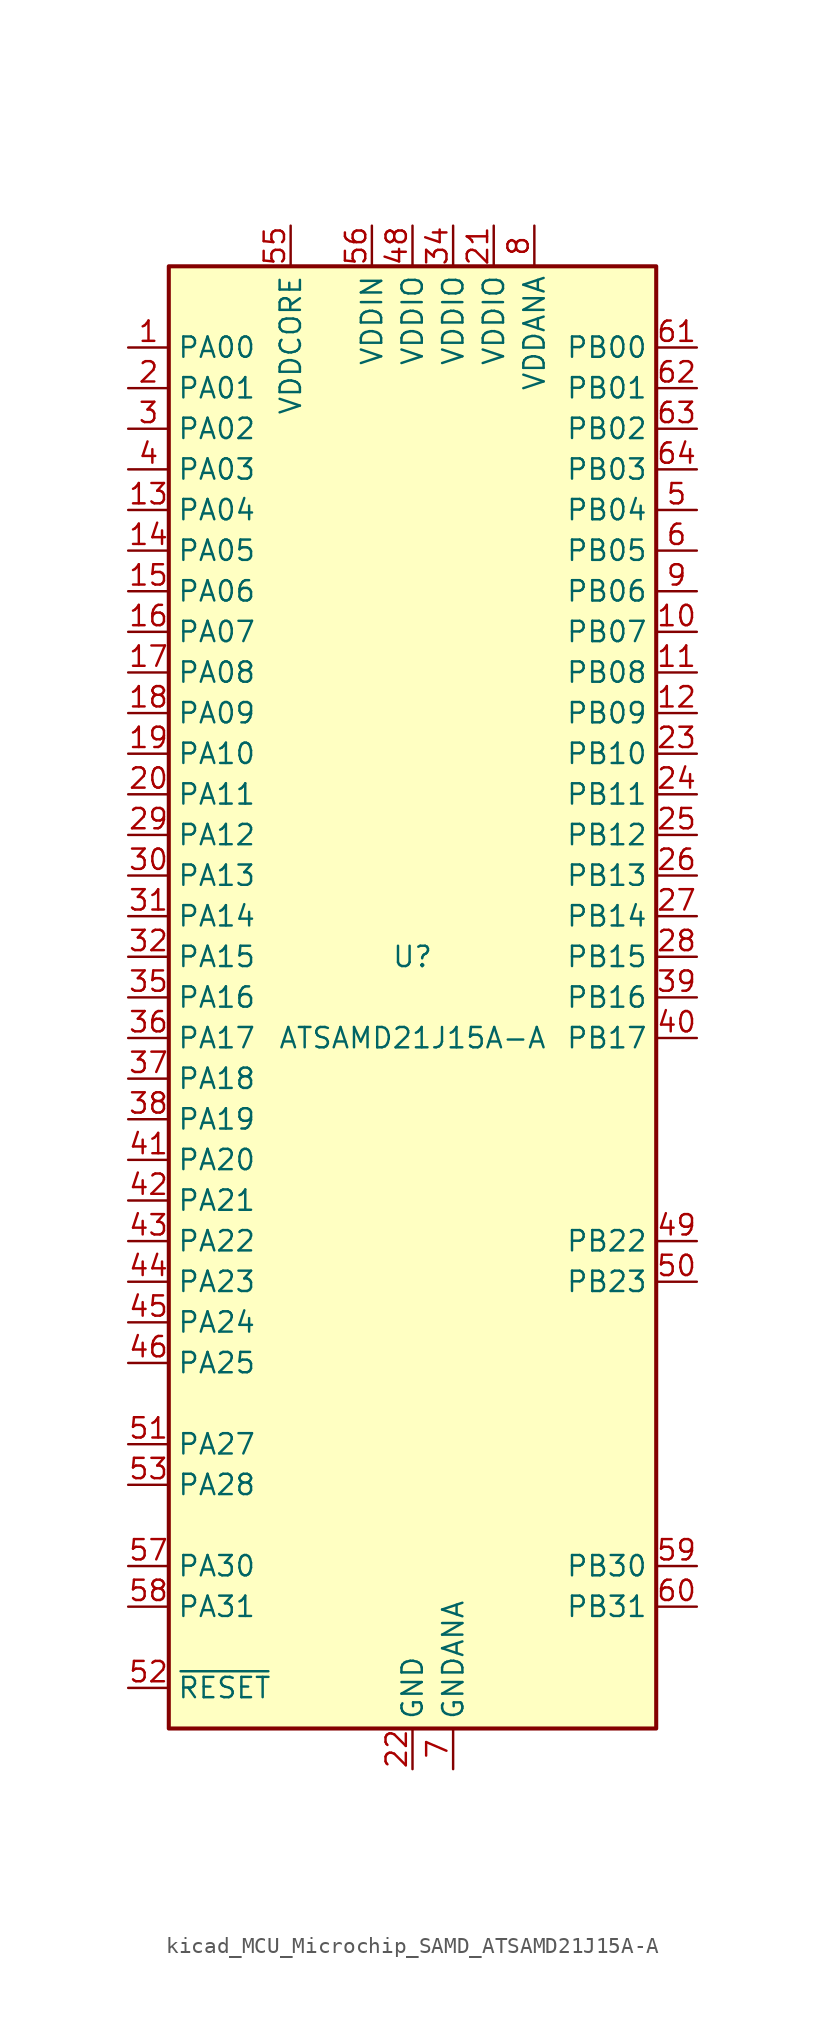
<source format=kicad_sym>
(kicad_symbol_lib
  (version 20220914)
  (generator kicad_symbol_editor)
  (symbol "kicad_MCU_Microchip_SAMD_ATSAMD21J15A-A"
    (property "Reference" "U"
      (at 0 2.54 0)
      (effects (font (size 1.27 1.27))))
    (property "Value" "ATSAMD21J15A-A"
      (at 0 -2.54 0)
      (effects (font (size 1.27 1.27))))
    (symbol "kicad_MCU_Microchip_SAMD_ATSAMD21J15A-A_0_1"
      (rectangle (start -15.24 45.72) (end 15.24 -45.72) (stroke (width 0.254) (type default)) (fill (type background))))
    (symbol "kicad_MCU_Microchip_SAMD_ATSAMD21J15A-A_1_1"
      (pin bidirectional line (at -17.78 40.64 0) (length 2.54) (name "PA00" (effects (font (size 1.27 1.27)))) (number "1" (effects (font (size 1.27 1.27)))))
      (pin bidirectional line (at 17.78 22.86 180) (length 2.54) (name "PB07" (effects (font (size 1.27 1.27)))) (number "10" (effects (font (size 1.27 1.27)))))
      (pin bidirectional line (at 17.78 20.32 180) (length 2.54) (name "PB08" (effects (font (size 1.27 1.27)))) (number "11" (effects (font (size 1.27 1.27)))))
      (pin bidirectional line (at 17.78 17.78 180) (length 2.54) (name "PB09" (effects (font (size 1.27 1.27)))) (number "12" (effects (font (size 1.27 1.27)))))
      (pin bidirectional line (at -17.78 30.48 0) (length 2.54) (name "PA04" (effects (font (size 1.27 1.27)))) (number "13" (effects (font (size 1.27 1.27)))))
      (pin bidirectional line (at -17.78 27.94 0) (length 2.54) (name "PA05" (effects (font (size 1.27 1.27)))) (number "14" (effects (font (size 1.27 1.27)))))
      (pin bidirectional line (at -17.78 25.4 0) (length 2.54) (name "PA06" (effects (font (size 1.27 1.27)))) (number "15" (effects (font (size 1.27 1.27)))))
      (pin bidirectional line (at -17.78 22.86 0) (length 2.54) (name "PA07" (effects (font (size 1.27 1.27)))) (number "16" (effects (font (size 1.27 1.27)))))
      (pin bidirectional line (at -17.78 20.32 0) (length 2.54) (name "PA08" (effects (font (size 1.27 1.27)))) (number "17" (effects (font (size 1.27 1.27)))))
      (pin bidirectional line (at -17.78 17.78 0) (length 2.54) (name "PA09" (effects (font (size 1.27 1.27)))) (number "18" (effects (font (size 1.27 1.27)))))
      (pin bidirectional line (at -17.78 15.24 0) (length 2.54) (name "PA10" (effects (font (size 1.27 1.27)))) (number "19" (effects (font (size 1.27 1.27)))))
      (pin bidirectional line (at -17.78 38.1 0) (length 2.54) (name "PA01" (effects (font (size 1.27 1.27)))) (number "2" (effects (font (size 1.27 1.27)))))
      (pin bidirectional line (at -17.78 12.7 0) (length 2.54) (name "PA11" (effects (font (size 1.27 1.27)))) (number "20" (effects (font (size 1.27 1.27)))))
      (pin power_in line (at 5.08 48.26 270) (length 2.54) (name "VDDIO" (effects (font (size 1.27 1.27)))) (number "21" (effects (font (size 1.27 1.27)))))
      (pin power_in line (at 0 -48.26 90) (length 2.54) (name "GND" (effects (font (size 1.27 1.27)))) (number "22" (effects (font (size 1.27 1.27)))))
      (pin bidirectional line (at 17.78 15.24 180) (length 2.54) (name "PB10" (effects (font (size 1.27 1.27)))) (number "23" (effects (font (size 1.27 1.27)))))
      (pin bidirectional line (at 17.78 12.7 180) (length 2.54) (name "PB11" (effects (font (size 1.27 1.27)))) (number "24" (effects (font (size 1.27 1.27)))))
      (pin bidirectional line (at 17.78 10.16 180) (length 2.54) (name "PB12" (effects (font (size 1.27 1.27)))) (number "25" (effects (font (size 1.27 1.27)))))
      (pin bidirectional line (at 17.78 7.62 180) (length 2.54) (name "PB13" (effects (font (size 1.27 1.27)))) (number "26" (effects (font (size 1.27 1.27)))))
      (pin bidirectional line (at 17.78 5.08 180) (length 2.54) (name "PB14" (effects (font (size 1.27 1.27)))) (number "27" (effects (font (size 1.27 1.27)))))
      (pin bidirectional line (at 17.78 2.54 180) (length 2.54) (name "PB15" (effects (font (size 1.27 1.27)))) (number "28" (effects (font (size 1.27 1.27)))))
      (pin bidirectional line (at -17.78 10.16 0) (length 2.54) (name "PA12" (effects (font (size 1.27 1.27)))) (number "29" (effects (font (size 1.27 1.27)))))
      (pin bidirectional line (at -17.78 35.56 0) (length 2.54) (name "PA02" (effects (font (size 1.27 1.27)))) (number "3" (effects (font (size 1.27 1.27)))))
      (pin bidirectional line (at -17.78 7.62 0) (length 2.54) (name "PA13" (effects (font (size 1.27 1.27)))) (number "30" (effects (font (size 1.27 1.27)))))
      (pin bidirectional line (at -17.78 5.08 0) (length 2.54) (name "PA14" (effects (font (size 1.27 1.27)))) (number "31" (effects (font (size 1.27 1.27)))))
      (pin bidirectional line (at -17.78 2.54 0) (length 2.54) (name "PA15" (effects (font (size 1.27 1.27)))) (number "32" (effects (font (size 1.27 1.27)))))
      (pin passive line (at 0 -48.26 90) (length 2.54) hide (name "GND" (effects (font (size 1.27 1.27)))) (number "33" (effects (font (size 1.27 1.27)))))
      (pin power_in line (at 2.54 48.26 270) (length 2.54) (name "VDDIO" (effects (font (size 1.27 1.27)))) (number "34" (effects (font (size 1.27 1.27)))))
      (pin bidirectional line (at -17.78 0 0) (length 2.54) (name "PA16" (effects (font (size 1.27 1.27)))) (number "35" (effects (font (size 1.27 1.27)))))
      (pin bidirectional line (at -17.78 -2.54 0) (length 2.54) (name "PA17" (effects (font (size 1.27 1.27)))) (number "36" (effects (font (size 1.27 1.27)))))
      (pin bidirectional line (at -17.78 -5.08 0) (length 2.54) (name "PA18" (effects (font (size 1.27 1.27)))) (number "37" (effects (font (size 1.27 1.27)))))
      (pin bidirectional line (at -17.78 -7.62 0) (length 2.54) (name "PA19" (effects (font (size 1.27 1.27)))) (number "38" (effects (font (size 1.27 1.27)))))
      (pin bidirectional line (at 17.78 0 180) (length 2.54) (name "PB16" (effects (font (size 1.27 1.27)))) (number "39" (effects (font (size 1.27 1.27)))))
      (pin bidirectional line (at -17.78 33.02 0) (length 2.54) (name "PA03" (effects (font (size 1.27 1.27)))) (number "4" (effects (font (size 1.27 1.27)))))
      (pin bidirectional line (at 17.78 -2.54 180) (length 2.54) (name "PB17" (effects (font (size 1.27 1.27)))) (number "40" (effects (font (size 1.27 1.27)))))
      (pin bidirectional line (at -17.78 -10.16 0) (length 2.54) (name "PA20" (effects (font (size 1.27 1.27)))) (number "41" (effects (font (size 1.27 1.27)))))
      (pin bidirectional line (at -17.78 -12.7 0) (length 2.54) (name "PA21" (effects (font (size 1.27 1.27)))) (number "42" (effects (font (size 1.27 1.27)))))
      (pin bidirectional line (at -17.78 -15.24 0) (length 2.54) (name "PA22" (effects (font (size 1.27 1.27)))) (number "43" (effects (font (size 1.27 1.27)))))
      (pin bidirectional line (at -17.78 -17.78 0) (length 2.54) (name "PA23" (effects (font (size 1.27 1.27)))) (number "44" (effects (font (size 1.27 1.27)))))
      (pin bidirectional line (at -17.78 -20.32 0) (length 2.54) (name "PA24" (effects (font (size 1.27 1.27)))) (number "45" (effects (font (size 1.27 1.27)))))
      (pin bidirectional line (at -17.78 -22.86 0) (length 2.54) (name "PA25" (effects (font (size 1.27 1.27)))) (number "46" (effects (font (size 1.27 1.27)))))
      (pin passive line (at 0 -48.26 90) (length 2.54) hide (name "GND" (effects (font (size 1.27 1.27)))) (number "47" (effects (font (size 1.27 1.27)))))
      (pin power_in line (at 0 48.26 270) (length 2.54) (name "VDDIO" (effects (font (size 1.27 1.27)))) (number "48" (effects (font (size 1.27 1.27)))))
      (pin bidirectional line (at 17.78 -15.24 180) (length 2.54) (name "PB22" (effects (font (size 1.27 1.27)))) (number "49" (effects (font (size 1.27 1.27)))))
      (pin bidirectional line (at 17.78 30.48 180) (length 2.54) (name "PB04" (effects (font (size 1.27 1.27)))) (number "5" (effects (font (size 1.27 1.27)))))
      (pin bidirectional line (at 17.78 -17.78 180) (length 2.54) (name "PB23" (effects (font (size 1.27 1.27)))) (number "50" (effects (font (size 1.27 1.27)))))
      (pin bidirectional line (at -17.78 -27.94 0) (length 2.54) (name "PA27" (effects (font (size 1.27 1.27)))) (number "51" (effects (font (size 1.27 1.27)))))
      (pin input line (at -17.78 -43.18 0) (length 2.54) (name "~{RESET}" (effects (font (size 1.27 1.27)))) (number "52" (effects (font (size 1.27 1.27)))))
      (pin bidirectional line (at -17.78 -30.48 0) (length 2.54) (name "PA28" (effects (font (size 1.27 1.27)))) (number "53" (effects (font (size 1.27 1.27)))))
      (pin passive line (at 0 -48.26 90) (length 2.54) hide (name "GND" (effects (font (size 1.27 1.27)))) (number "54" (effects (font (size 1.27 1.27)))))
      (pin power_out line (at -7.62 48.26 270) (length 2.54) (name "VDDCORE" (effects (font (size 1.27 1.27)))) (number "55" (effects (font (size 1.27 1.27)))))
      (pin power_in line (at -2.54 48.26 270) (length 2.54) (name "VDDIN" (effects (font (size 1.27 1.27)))) (number "56" (effects (font (size 1.27 1.27)))))
      (pin bidirectional line (at -17.78 -35.56 0) (length 2.54) (name "PA30" (effects (font (size 1.27 1.27)))) (number "57" (effects (font (size 1.27 1.27)))))
      (pin bidirectional line (at -17.78 -38.1 0) (length 2.54) (name "PA31" (effects (font (size 1.27 1.27)))) (number "58" (effects (font (size 1.27 1.27)))))
      (pin bidirectional line (at 17.78 -35.56 180) (length 2.54) (name "PB30" (effects (font (size 1.27 1.27)))) (number "59" (effects (font (size 1.27 1.27)))))
      (pin bidirectional line (at 17.78 27.94 180) (length 2.54) (name "PB05" (effects (font (size 1.27 1.27)))) (number "6" (effects (font (size 1.27 1.27)))))
      (pin bidirectional line (at 17.78 -38.1 180) (length 2.54) (name "PB31" (effects (font (size 1.27 1.27)))) (number "60" (effects (font (size 1.27 1.27)))))
      (pin bidirectional line (at 17.78 40.64 180) (length 2.54) (name "PB00" (effects (font (size 1.27 1.27)))) (number "61" (effects (font (size 1.27 1.27)))))
      (pin bidirectional line (at 17.78 38.1 180) (length 2.54) (name "PB01" (effects (font (size 1.27 1.27)))) (number "62" (effects (font (size 1.27 1.27)))))
      (pin bidirectional line (at 17.78 35.56 180) (length 2.54) (name "PB02" (effects (font (size 1.27 1.27)))) (number "63" (effects (font (size 1.27 1.27)))))
      (pin bidirectional line (at 17.78 33.02 180) (length 2.54) (name "PB03" (effects (font (size 1.27 1.27)))) (number "64" (effects (font (size 1.27 1.27)))))
      (pin power_in line (at 2.54 -48.26 90) (length 2.54) (name "GNDANA" (effects (font (size 1.27 1.27)))) (number "7" (effects (font (size 1.27 1.27)))))
      (pin power_in line (at 7.62 48.26 270) (length 2.54) (name "VDDANA" (effects (font (size 1.27 1.27)))) (number "8" (effects (font (size 1.27 1.27)))))
      (pin bidirectional line (at 17.78 25.4 180) (length 2.54) (name "PB06" (effects (font (size 1.27 1.27)))) (number "9" (effects (font (size 1.27 1.27))))))))
</source>
